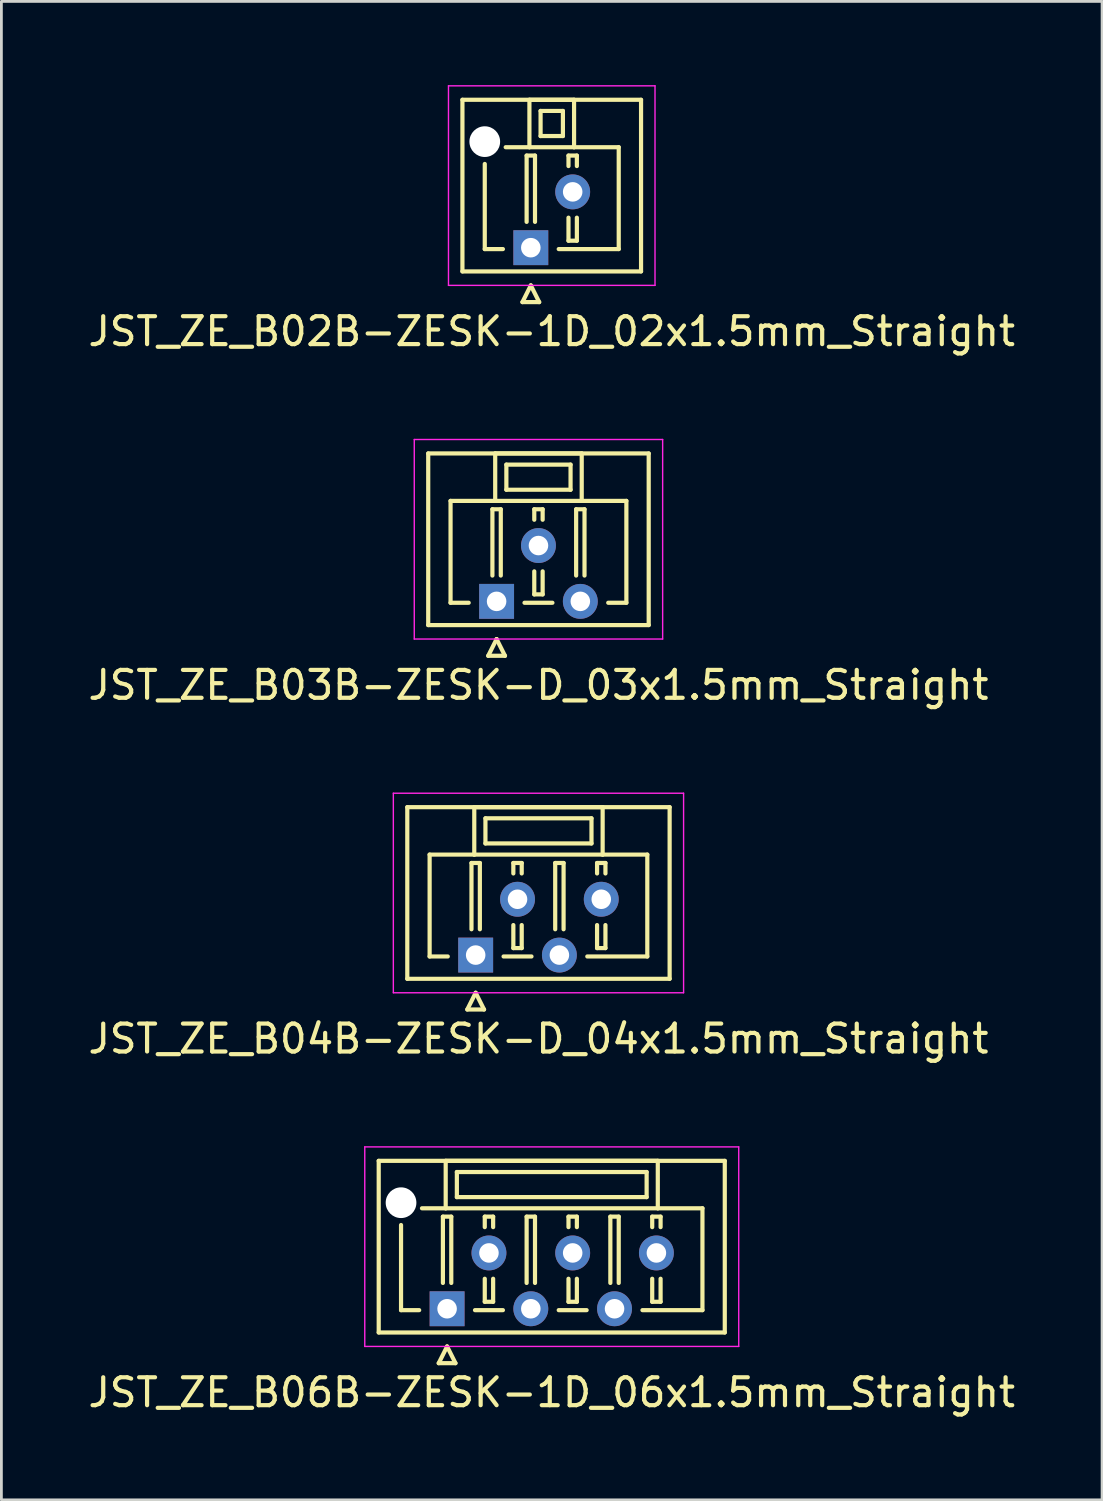
<source format=kicad_pcb>
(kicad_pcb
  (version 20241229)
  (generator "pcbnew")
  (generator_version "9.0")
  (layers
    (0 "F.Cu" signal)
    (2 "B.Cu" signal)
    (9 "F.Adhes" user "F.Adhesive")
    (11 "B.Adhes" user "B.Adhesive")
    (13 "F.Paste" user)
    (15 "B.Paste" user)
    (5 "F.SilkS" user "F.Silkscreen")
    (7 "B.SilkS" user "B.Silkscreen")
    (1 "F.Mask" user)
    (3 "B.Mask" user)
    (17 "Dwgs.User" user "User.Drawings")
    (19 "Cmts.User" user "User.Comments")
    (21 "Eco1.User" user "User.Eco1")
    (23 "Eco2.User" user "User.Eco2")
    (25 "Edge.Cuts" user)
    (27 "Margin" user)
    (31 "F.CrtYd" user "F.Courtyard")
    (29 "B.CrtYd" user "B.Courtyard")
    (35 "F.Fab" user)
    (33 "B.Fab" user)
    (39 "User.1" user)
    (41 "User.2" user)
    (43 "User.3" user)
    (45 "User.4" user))
  (footprint "JST_ZE_B03B-ZESK-D_03x1.5mm_Straight"
    (layer "F.Cu")
    (at 14.744 18.498)
    (property "Reference" "JST_ZE_B03B-ZESK-D_03x1.5mm_Straight" (at 1.5 3 0) (layer "F.SilkS") (effects (font (size 1 1) (thickness 0.15))))
    (attr through_hole)
    (fp_line (start -2.45 -5.3) (end -2.45 0.85) (stroke (width 0.15) (type solid)) (layer "F.SilkS"))
    (fp_line (start -2.45 0.85) (end 5.45 0.85) (stroke (width 0.15) (type solid)) (layer "F.SilkS"))
    (fp_line (start -1.65 -3.6) (end -1.65 0.05) (stroke (width 0.15) (type solid)) (layer "F.SilkS"))
    (fp_line (start -1.65 0.05) (end -1 0.05) (stroke (width 0.15) (type solid)) (layer "F.SilkS"))
    (fp_line (start -0.3 1.95) (end 0 1.35) (stroke (width 0.15) (type solid)) (layer "F.SilkS"))
    (fp_line (start -0.15 -3.3) (end 0.15 -3.3) (stroke (width 0.15) (type solid)) (layer "F.SilkS"))
    (fp_line (start -0.15 -0.925) (end -0.15 -3.3) (stroke (width 0.15) (type solid)) (layer "F.SilkS"))
    (fp_line (start -0.05 -5.3) (end -0.05 -3.6) (stroke (width 0.15) (type solid)) (layer "F.SilkS"))
    (fp_line (start -0.05 -3.6) (end -1.65 -3.6) (stroke (width 0.15) (type solid)) (layer "F.SilkS"))
    (fp_line (start -0.05 -3.6) (end 3.05 -3.6) (stroke (width 0.15) (type solid)) (layer "F.SilkS"))
    (fp_line (start 0 1.35) (end 0.3 1.95) (stroke (width 0.15) (type solid)) (layer "F.SilkS"))
    (fp_line (start 0.15 -3.3) (end 0.15 -0.925) (stroke (width 0.15) (type solid)) (layer "F.SilkS"))
    (fp_line (start 0.3 1.95) (end -0.3 1.95) (stroke (width 0.15) (type solid)) (layer "F.SilkS"))
    (fp_line (start 0.35 -4.9) (end 0.35 -4) (stroke (width 0.15) (type solid)) (layer "F.SilkS"))
    (fp_line (start 0.35 -4) (end 2.65 -4) (stroke (width 0.15) (type solid)) (layer "F.SilkS"))
    (fp_line (start 1 0.05) (end 2 0.05) (stroke (width 0.15) (type solid)) (layer "F.SilkS"))
    (fp_line (start 1.35 -3.3) (end 1.65 -3.3) (stroke (width 0.15) (type solid)) (layer "F.SilkS"))
    (fp_line (start 1.35 -2.925) (end 1.35 -3.3) (stroke (width 0.15) (type solid)) (layer "F.SilkS"))
    (fp_line (start 1.35 -1.075) (end 1.35 -0.25) (stroke (width 0.15) (type solid)) (layer "F.SilkS"))
    (fp_line (start 1.35 -0.25) (end 1.65 -0.25) (stroke (width 0.15) (type solid)) (layer "F.SilkS"))
    (fp_line (start 1.65 -3.3) (end 1.65 -2.925) (stroke (width 0.15) (type solid)) (layer "F.SilkS"))
    (fp_line (start 1.65 -0.25) (end 1.65 -1.075) (stroke (width 0.15) (type solid)) (layer "F.SilkS"))
    (fp_line (start 2.65 -4.9) (end 0.35 -4.9) (stroke (width 0.15) (type solid)) (layer "F.SilkS"))
    (fp_line (start 2.65 -4) (end 2.65 -4.9) (stroke (width 0.15) (type solid)) (layer "F.SilkS"))
    (fp_line (start 2.85 -3.3) (end 3.15 -3.3) (stroke (width 0.15) (type solid)) (layer "F.SilkS"))
    (fp_line (start 2.85 -0.925) (end 2.85 -3.3) (stroke (width 0.15) (type solid)) (layer "F.SilkS"))
    (fp_line (start 3.05 -5.3) (end -0.05 -5.3) (stroke (width 0.15) (type solid)) (layer "F.SilkS"))
    (fp_line (start 3.05 -3.6) (end 3.05 -5.3) (stroke (width 0.15) (type solid)) (layer "F.SilkS"))
    (fp_line (start 3.05 -3.6) (end 4.65 -3.6) (stroke (width 0.15) (type solid)) (layer "F.SilkS"))
    (fp_line (start 3.15 -3.3) (end 3.15 -0.925) (stroke (width 0.15) (type solid)) (layer "F.SilkS"))
    (fp_line (start 4.65 -3.6) (end 4.65 0.05) (stroke (width 0.15) (type solid)) (layer "F.SilkS"))
    (fp_line (start 4.65 0.05) (end 4 0.05) (stroke (width 0.15) (type solid)) (layer "F.SilkS"))
    (fp_line (start 5.45 -5.3) (end -2.45 -5.3) (stroke (width 0.15) (type solid)) (layer "F.SilkS"))
    (fp_line (start 5.45 0.85) (end 5.45 -5.3) (stroke (width 0.15) (type solid)) (layer "F.SilkS"))
    (fp_line (start -2.95 -5.8) (end -2.95 1.35) (stroke (width 0.05) (type solid)) (layer "F.CrtYd"))
    (fp_line (start -2.95 1.35) (end 5.95 1.35) (stroke (width 0.05) (type solid)) (layer "F.CrtYd"))
    (fp_line (start 5.95 -5.8) (end -2.95 -5.8) (stroke (width 0.05) (type solid)) (layer "F.CrtYd"))
    (fp_line (start 5.95 1.35) (end 5.95 -5.8) (stroke (width 0.05) (type solid)) (layer "F.CrtYd"))
    (pad "1" thru_hole rect (at 0 0) (size 1.25 1.25) (drill 0.7) (layers "*.Cu" "*.Mask"))
    (pad "2" thru_hole circle (at 1.5 -2) (size 1.25 1.25) (drill 0.7) (layers "*.Cu" "*.Mask"))
    (pad "3" thru_hole circle (at 3 0) (size 1.25 1.25) (drill 0.7) (layers "*.Cu" "*.Mask")))
  (footprint "JST_ZE_B06B-ZESK-1D_06x1.5mm_Straight"
    (layer "F.Cu")
    (at 12.97 43.845)
    (property "Reference" "JST_ZE_B06B-ZESK-1D_06x1.5mm_Straight" (at 3.75 3 0) (layer "F.SilkS") (effects (font (size 1 1) (thickness 0.15))))
    (attr through_hole)
    (fp_line (start -2.45 -5.3) (end -2.45 0.85) (stroke (width 0.15) (type solid)) (layer "F.SilkS"))
    (fp_line (start -2.45 0.85) (end 9.95 0.85) (stroke (width 0.15) (type solid)) (layer "F.SilkS"))
    (fp_line (start -1.65 -3) (end -1.65 0.05) (stroke (width 0.15) (type solid)) (layer "F.SilkS"))
    (fp_line (start -1.65 0.05) (end -1 0.05) (stroke (width 0.15) (type solid)) (layer "F.SilkS"))
    (fp_line (start -0.3 1.95) (end 0 1.35) (stroke (width 0.15) (type solid)) (layer "F.SilkS"))
    (fp_line (start -0.15 -3.3) (end 0.15 -3.3) (stroke (width 0.15) (type solid)) (layer "F.SilkS"))
    (fp_line (start -0.15 -0.925) (end -0.15 -3.3) (stroke (width 0.15) (type solid)) (layer "F.SilkS"))
    (fp_line (start -0.05 -5.3) (end -0.05 -3.6) (stroke (width 0.15) (type solid)) (layer "F.SilkS"))
    (fp_line (start -0.05 -3.6) (end -0.9 -3.6) (stroke (width 0.15) (type solid)) (layer "F.SilkS"))
    (fp_line (start -0.05 -3.6) (end 7.55 -3.6) (stroke (width 0.15) (type solid)) (layer "F.SilkS"))
    (fp_line (start 0 1.35) (end 0.3 1.95) (stroke (width 0.15) (type solid)) (layer "F.SilkS"))
    (fp_line (start 0.15 -3.3) (end 0.15 -0.925) (stroke (width 0.15) (type solid)) (layer "F.SilkS"))
    (fp_line (start 0.3 1.95) (end -0.3 1.95) (stroke (width 0.15) (type solid)) (layer "F.SilkS"))
    (fp_line (start 0.35 -4.9) (end 0.35 -4) (stroke (width 0.15) (type solid)) (layer "F.SilkS"))
    (fp_line (start 0.35 -4) (end 7.15 -4) (stroke (width 0.15) (type solid)) (layer "F.SilkS"))
    (fp_line (start 1 0.05) (end 2 0.05) (stroke (width 0.15) (type solid)) (layer "F.SilkS"))
    (fp_line (start 1.35 -3.3) (end 1.65 -3.3) (stroke (width 0.15) (type solid)) (layer "F.SilkS"))
    (fp_line (start 1.35 -2.925) (end 1.35 -3.3) (stroke (width 0.15) (type solid)) (layer "F.SilkS"))
    (fp_line (start 1.35 -1.075) (end 1.35 -0.25) (stroke (width 0.15) (type solid)) (layer "F.SilkS"))
    (fp_line (start 1.35 -0.25) (end 1.65 -0.25) (stroke (width 0.15) (type solid)) (layer "F.SilkS"))
    (fp_line (start 1.65 -3.3) (end 1.65 -2.925) (stroke (width 0.15) (type solid)) (layer "F.SilkS"))
    (fp_line (start 1.65 -0.25) (end 1.65 -1.075) (stroke (width 0.15) (type solid)) (layer "F.SilkS"))
    (fp_line (start 2.85 -3.3) (end 3.15 -3.3) (stroke (width 0.15) (type solid)) (layer "F.SilkS"))
    (fp_line (start 2.85 -0.925) (end 2.85 -3.3) (stroke (width 0.15) (type solid)) (layer "F.SilkS"))
    (fp_line (start 3.15 -3.3) (end 3.15 -0.925) (stroke (width 0.15) (type solid)) (layer "F.SilkS"))
    (fp_line (start 4 0.05) (end 5 0.05) (stroke (width 0.15) (type solid)) (layer "F.SilkS"))
    (fp_line (start 4.35 -3.3) (end 4.65 -3.3) (stroke (width 0.15) (type solid)) (layer "F.SilkS"))
    (fp_line (start 4.35 -2.925) (end 4.35 -3.3) (stroke (width 0.15) (type solid)) (layer "F.SilkS"))
    (fp_line (start 4.35 -1.075) (end 4.35 -0.25) (stroke (width 0.15) (type solid)) (layer "F.SilkS"))
    (fp_line (start 4.35 -0.25) (end 4.65 -0.25) (stroke (width 0.15) (type solid)) (layer "F.SilkS"))
    (fp_line (start 4.65 -3.3) (end 4.65 -2.925) (stroke (width 0.15) (type solid)) (layer "F.SilkS"))
    (fp_line (start 4.65 -0.25) (end 4.65 -1.075) (stroke (width 0.15) (type solid)) (layer "F.SilkS"))
    (fp_line (start 5.85 -3.3) (end 6.15 -3.3) (stroke (width 0.15) (type solid)) (layer "F.SilkS"))
    (fp_line (start 5.85 -0.925) (end 5.85 -3.3) (stroke (width 0.15) (type solid)) (layer "F.SilkS"))
    (fp_line (start 6.15 -3.3) (end 6.15 -0.925) (stroke (width 0.15) (type solid)) (layer "F.SilkS"))
    (fp_line (start 7.15 -4.9) (end 0.35 -4.9) (stroke (width 0.15) (type solid)) (layer "F.SilkS"))
    (fp_line (start 7.15 -4) (end 7.15 -4.9) (stroke (width 0.15) (type solid)) (layer "F.SilkS"))
    (fp_line (start 7.35 -3.3) (end 7.65 -3.3) (stroke (width 0.15) (type solid)) (layer "F.SilkS"))
    (fp_line (start 7.35 -2.925) (end 7.35 -3.3) (stroke (width 0.15) (type solid)) (layer "F.SilkS"))
    (fp_line (start 7.35 -1.075) (end 7.35 -0.25) (stroke (width 0.15) (type solid)) (layer "F.SilkS"))
    (fp_line (start 7.35 -0.25) (end 7.65 -0.25) (stroke (width 0.15) (type solid)) (layer "F.SilkS"))
    (fp_line (start 7.55 -5.3) (end -0.05 -5.3) (stroke (width 0.15) (type solid)) (layer "F.SilkS"))
    (fp_line (start 7.55 -3.6) (end 7.55 -5.3) (stroke (width 0.15) (type solid)) (layer "F.SilkS"))
    (fp_line (start 7.55 -3.6) (end 9.15 -3.6) (stroke (width 0.15) (type solid)) (layer "F.SilkS"))
    (fp_line (start 7.65 -3.3) (end 7.65 -2.925) (stroke (width 0.15) (type solid)) (layer "F.SilkS"))
    (fp_line (start 7.65 -0.25) (end 7.65 -1.075) (stroke (width 0.15) (type solid)) (layer "F.SilkS"))
    (fp_line (start 9.15 -3.6) (end 9.15 0.05) (stroke (width 0.15) (type solid)) (layer "F.SilkS"))
    (fp_line (start 9.15 0.05) (end 7 0.05) (stroke (width 0.15) (type solid)) (layer "F.SilkS"))
    (fp_line (start 9.95 -5.3) (end -2.45 -5.3) (stroke (width 0.15) (type solid)) (layer "F.SilkS"))
    (fp_line (start 9.95 0.85) (end 9.95 -5.3) (stroke (width 0.15) (type solid)) (layer "F.SilkS"))
    (fp_line (start -2.95 -5.8) (end -2.95 1.35) (stroke (width 0.05) (type solid)) (layer "F.CrtYd"))
    (fp_line (start -2.95 1.35) (end 10.45 1.35) (stroke (width 0.05) (type solid)) (layer "F.CrtYd"))
    (fp_line (start 10.45 -5.8) (end -2.95 -5.8) (stroke (width 0.05) (type solid)) (layer "F.CrtYd"))
    (fp_line (start 10.45 1.35) (end 10.45 -5.8) (stroke (width 0.05) (type solid)) (layer "F.CrtYd"))
    (pad "" np_thru_hole circle (at -1.65 -3.8) (size 1.1 1.1) (drill 1.1) (layers "*.Cu"))
    (pad "1" thru_hole rect (at 0 0) (size 1.25 1.25) (drill 0.7) (layers "*.Cu" "*.Mask"))
    (pad "2" thru_hole circle (at 1.5 -2) (size 1.25 1.25) (drill 0.7) (layers "*.Cu" "*.Mask"))
    (pad "3" thru_hole circle (at 3 0) (size 1.25 1.25) (drill 0.7) (layers "*.Cu" "*.Mask"))
    (pad "4" thru_hole circle (at 4.5 -2) (size 1.25 1.25) (drill 0.7) (layers "*.Cu" "*.Mask"))
    (pad "5" thru_hole circle (at 6 0) (size 1.25 1.25) (drill 0.7) (layers "*.Cu" "*.Mask"))
    (pad "6" thru_hole circle (at 7.5 -2) (size 1.25 1.25) (drill 0.7) (layers "*.Cu" "*.Mask")))
  (footprint "JST_ZE_B04B-ZESK-D_04x1.5mm_Straight"
    (layer "F.Cu")
    (at 13.994 31.172)
    (property "Reference" "JST_ZE_B04B-ZESK-D_04x1.5mm_Straight" (at 2.25 3 0) (layer "F.SilkS") (effects (font (size 1 1) (thickness 0.15))))
    (attr through_hole)
    (fp_line (start -2.45 -5.3) (end -2.45 0.85) (stroke (width 0.15) (type solid)) (layer "F.SilkS"))
    (fp_line (start -2.45 0.85) (end 6.95 0.85) (stroke (width 0.15) (type solid)) (layer "F.SilkS"))
    (fp_line (start -1.65 -3.6) (end -1.65 0.05) (stroke (width 0.15) (type solid)) (layer "F.SilkS"))
    (fp_line (start -1.65 0.05) (end -1 0.05) (stroke (width 0.15) (type solid)) (layer "F.SilkS"))
    (fp_line (start -0.3 1.95) (end 0 1.35) (stroke (width 0.15) (type solid)) (layer "F.SilkS"))
    (fp_line (start -0.15 -3.3) (end 0.15 -3.3) (stroke (width 0.15) (type solid)) (layer "F.SilkS"))
    (fp_line (start -0.15 -0.925) (end -0.15 -3.3) (stroke (width 0.15) (type solid)) (layer "F.SilkS"))
    (fp_line (start -0.05 -5.3) (end -0.05 -3.6) (stroke (width 0.15) (type solid)) (layer "F.SilkS"))
    (fp_line (start -0.05 -3.6) (end -1.65 -3.6) (stroke (width 0.15) (type solid)) (layer "F.SilkS"))
    (fp_line (start -0.05 -3.6) (end 4.55 -3.6) (stroke (width 0.15) (type solid)) (layer "F.SilkS"))
    (fp_line (start 0 1.35) (end 0.3 1.95) (stroke (width 0.15) (type solid)) (layer "F.SilkS"))
    (fp_line (start 0.15 -3.3) (end 0.15 -0.925) (stroke (width 0.15) (type solid)) (layer "F.SilkS"))
    (fp_line (start 0.3 1.95) (end -0.3 1.95) (stroke (width 0.15) (type solid)) (layer "F.SilkS"))
    (fp_line (start 0.35 -4.9) (end 0.35 -4) (stroke (width 0.15) (type solid)) (layer "F.SilkS"))
    (fp_line (start 0.35 -4) (end 4.15 -4) (stroke (width 0.15) (type solid)) (layer "F.SilkS"))
    (fp_line (start 1 0.05) (end 2 0.05) (stroke (width 0.15) (type solid)) (layer "F.SilkS"))
    (fp_line (start 1.35 -3.3) (end 1.65 -3.3) (stroke (width 0.15) (type solid)) (layer "F.SilkS"))
    (fp_line (start 1.35 -2.925) (end 1.35 -3.3) (stroke (width 0.15) (type solid)) (layer "F.SilkS"))
    (fp_line (start 1.35 -1.075) (end 1.35 -0.25) (stroke (width 0.15) (type solid)) (layer "F.SilkS"))
    (fp_line (start 1.35 -0.25) (end 1.65 -0.25) (stroke (width 0.15) (type solid)) (layer "F.SilkS"))
    (fp_line (start 1.65 -3.3) (end 1.65 -2.925) (stroke (width 0.15) (type solid)) (layer "F.SilkS"))
    (fp_line (start 1.65 -0.25) (end 1.65 -1.075) (stroke (width 0.15) (type solid)) (layer "F.SilkS"))
    (fp_line (start 2.85 -3.3) (end 3.15 -3.3) (stroke (width 0.15) (type solid)) (layer "F.SilkS"))
    (fp_line (start 2.85 -0.925) (end 2.85 -3.3) (stroke (width 0.15) (type solid)) (layer "F.SilkS"))
    (fp_line (start 3.15 -3.3) (end 3.15 -0.925) (stroke (width 0.15) (type solid)) (layer "F.SilkS"))
    (fp_line (start 4.15 -4.9) (end 0.35 -4.9) (stroke (width 0.15) (type solid)) (layer "F.SilkS"))
    (fp_line (start 4.15 -4) (end 4.15 -4.9) (stroke (width 0.15) (type solid)) (layer "F.SilkS"))
    (fp_line (start 4.35 -3.3) (end 4.65 -3.3) (stroke (width 0.15) (type solid)) (layer "F.SilkS"))
    (fp_line (start 4.35 -2.925) (end 4.35 -3.3) (stroke (width 0.15) (type solid)) (layer "F.SilkS"))
    (fp_line (start 4.35 -1.075) (end 4.35 -0.25) (stroke (width 0.15) (type solid)) (layer "F.SilkS"))
    (fp_line (start 4.35 -0.25) (end 4.65 -0.25) (stroke (width 0.15) (type solid)) (layer "F.SilkS"))
    (fp_line (start 4.55 -5.3) (end -0.05 -5.3) (stroke (width 0.15) (type solid)) (layer "F.SilkS"))
    (fp_line (start 4.55 -3.6) (end 4.55 -5.3) (stroke (width 0.15) (type solid)) (layer "F.SilkS"))
    (fp_line (start 4.55 -3.6) (end 6.15 -3.6) (stroke (width 0.15) (type solid)) (layer "F.SilkS"))
    (fp_line (start 4.65 -3.3) (end 4.65 -2.925) (stroke (width 0.15) (type solid)) (layer "F.SilkS"))
    (fp_line (start 4.65 -0.25) (end 4.65 -1.075) (stroke (width 0.15) (type solid)) (layer "F.SilkS"))
    (fp_line (start 6.15 -3.6) (end 6.15 0.05) (stroke (width 0.15) (type solid)) (layer "F.SilkS"))
    (fp_line (start 6.15 0.05) (end 4 0.05) (stroke (width 0.15) (type solid)) (layer "F.SilkS"))
    (fp_line (start 6.95 -5.3) (end -2.45 -5.3) (stroke (width 0.15) (type solid)) (layer "F.SilkS"))
    (fp_line (start 6.95 0.85) (end 6.95 -5.3) (stroke (width 0.15) (type solid)) (layer "F.SilkS"))
    (fp_line (start -2.95 -5.8) (end -2.95 1.35) (stroke (width 0.05) (type solid)) (layer "F.CrtYd"))
    (fp_line (start -2.95 1.35) (end 7.45 1.35) (stroke (width 0.05) (type solid)) (layer "F.CrtYd"))
    (fp_line (start 7.45 -5.8) (end -2.95 -5.8) (stroke (width 0.05) (type solid)) (layer "F.CrtYd"))
    (fp_line (start 7.45 1.35) (end 7.45 -5.8) (stroke (width 0.05) (type solid)) (layer "F.CrtYd"))
    (pad "1" thru_hole rect (at 0 0) (size 1.25 1.25) (drill 0.7) (layers "*.Cu" "*.Mask"))
    (pad "2" thru_hole circle (at 1.5 -2) (size 1.25 1.25) (drill 0.7) (layers "*.Cu" "*.Mask"))
    (pad "3" thru_hole circle (at 3 0) (size 1.25 1.25) (drill 0.7) (layers "*.Cu" "*.Mask"))
    (pad "4" thru_hole circle (at 4.5 -2) (size 1.25 1.25) (drill 0.7) (layers "*.Cu" "*.Mask")))
  (footprint "JST_ZE_B02B-ZESK-1D_02x1.5mm_Straight"
    (layer "F.Cu")
    (at 15.97 5.825)
    (property "Reference" "JST_ZE_B02B-ZESK-1D_02x1.5mm_Straight" (at 0.75 3 0) (layer "F.SilkS") (effects (font (size 1 1) (thickness 0.15))))
    (attr through_hole)
    (fp_line (start -2.45 -5.3) (end -2.45 0.85) (stroke (width 0.15) (type solid)) (layer "F.SilkS"))
    (fp_line (start -2.45 0.85) (end 3.95 0.85) (stroke (width 0.15) (type solid)) (layer "F.SilkS"))
    (fp_line (start -1.65 -3) (end -1.65 0.05) (stroke (width 0.15) (type solid)) (layer "F.SilkS"))
    (fp_line (start -1.65 0.05) (end -1 0.05) (stroke (width 0.15) (type solid)) (layer "F.SilkS"))
    (fp_line (start -0.3 1.95) (end 0 1.35) (stroke (width 0.15) (type solid)) (layer "F.SilkS"))
    (fp_line (start -0.15 -3.3) (end 0.15 -3.3) (stroke (width 0.15) (type solid)) (layer "F.SilkS"))
    (fp_line (start -0.15 -0.925) (end -0.15 -3.3) (stroke (width 0.15) (type solid)) (layer "F.SilkS"))
    (fp_line (start -0.05 -5.3) (end -0.05 -3.6) (stroke (width 0.15) (type solid)) (layer "F.SilkS"))
    (fp_line (start -0.05 -3.6) (end -0.9 -3.6) (stroke (width 0.15) (type solid)) (layer "F.SilkS"))
    (fp_line (start -0.05 -3.6) (end 1.55 -3.6) (stroke (width 0.15) (type solid)) (layer "F.SilkS"))
    (fp_line (start 0 1.35) (end 0.3 1.95) (stroke (width 0.15) (type solid)) (layer "F.SilkS"))
    (fp_line (start 0.15 -3.3) (end 0.15 -0.925) (stroke (width 0.15) (type solid)) (layer "F.SilkS"))
    (fp_line (start 0.3 1.95) (end -0.3 1.95) (stroke (width 0.15) (type solid)) (layer "F.SilkS"))
    (fp_line (start 0.35 -4.9) (end 0.35 -4) (stroke (width 0.15) (type solid)) (layer "F.SilkS"))
    (fp_line (start 0.35 -4) (end 1.15 -4) (stroke (width 0.15) (type solid)) (layer "F.SilkS"))
    (fp_line (start 1.15 -4.9) (end 0.35 -4.9) (stroke (width 0.15) (type solid)) (layer "F.SilkS"))
    (fp_line (start 1.15 -4) (end 1.15 -4.9) (stroke (width 0.15) (type solid)) (layer "F.SilkS"))
    (fp_line (start 1.35 -3.3) (end 1.65 -3.3) (stroke (width 0.15) (type solid)) (layer "F.SilkS"))
    (fp_line (start 1.35 -2.925) (end 1.35 -3.3) (stroke (width 0.15) (type solid)) (layer "F.SilkS"))
    (fp_line (start 1.35 -1.075) (end 1.35 -0.25) (stroke (width 0.15) (type solid)) (layer "F.SilkS"))
    (fp_line (start 1.35 -0.25) (end 1.65 -0.25) (stroke (width 0.15) (type solid)) (layer "F.SilkS"))
    (fp_line (start 1.55 -5.3) (end -0.05 -5.3) (stroke (width 0.15) (type solid)) (layer "F.SilkS"))
    (fp_line (start 1.55 -3.6) (end 1.55 -5.3) (stroke (width 0.15) (type solid)) (layer "F.SilkS"))
    (fp_line (start 1.55 -3.6) (end 3.15 -3.6) (stroke (width 0.15) (type solid)) (layer "F.SilkS"))
    (fp_line (start 1.65 -3.3) (end 1.65 -2.925) (stroke (width 0.15) (type solid)) (layer "F.SilkS"))
    (fp_line (start 1.65 -0.25) (end 1.65 -1.075) (stroke (width 0.15) (type solid)) (layer "F.SilkS"))
    (fp_line (start 3.15 -3.6) (end 3.15 0.05) (stroke (width 0.15) (type solid)) (layer "F.SilkS"))
    (fp_line (start 3.15 0.05) (end 1 0.05) (stroke (width 0.15) (type solid)) (layer "F.SilkS"))
    (fp_line (start 3.95 -5.3) (end -2.45 -5.3) (stroke (width 0.15) (type solid)) (layer "F.SilkS"))
    (fp_line (start 3.95 0.85) (end 3.95 -5.3) (stroke (width 0.15) (type solid)) (layer "F.SilkS"))
    (fp_line (start -2.95 -5.8) (end -2.95 1.35) (stroke (width 0.05) (type solid)) (layer "F.CrtYd"))
    (fp_line (start -2.95 1.35) (end 4.45 1.35) (stroke (width 0.05) (type solid)) (layer "F.CrtYd"))
    (fp_line (start 4.45 -5.8) (end -2.95 -5.8) (stroke (width 0.05) (type solid)) (layer "F.CrtYd"))
    (fp_line (start 4.45 1.35) (end 4.45 -5.8) (stroke (width 0.05) (type solid)) (layer "F.CrtYd"))
    (pad "" np_thru_hole circle (at -1.65 -3.8) (size 1.1 1.1) (drill 1.1) (layers "*.Cu"))
    (pad "1" thru_hole rect (at 0 0) (size 1.25 1.25) (drill 0.7) (layers "*.Cu" "*.Mask"))
    (pad "2" thru_hole circle (at 1.5 -2) (size 1.25 1.25) (drill 0.7) (layers "*.Cu" "*.Mask")))
  (gr_rect
    (start -3 -3)
    (end 36.44 50.693)
    (stroke (width 0.1) (type default))
    (fill no)
    (layer "Edge.Cuts")))
</source>
